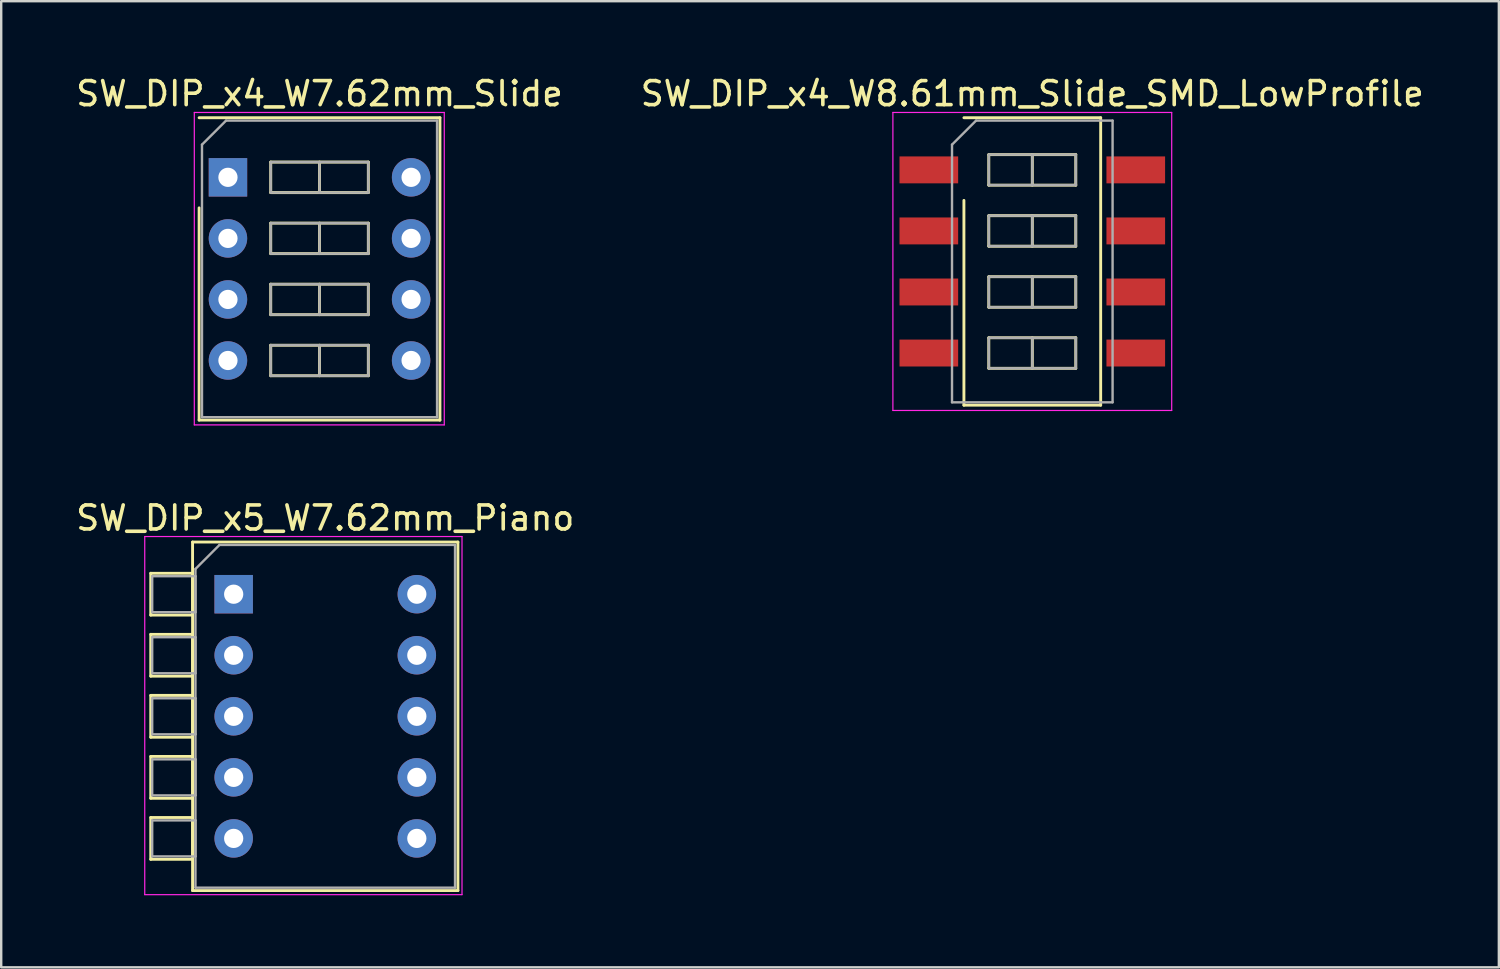
<source format=kicad_pcb>
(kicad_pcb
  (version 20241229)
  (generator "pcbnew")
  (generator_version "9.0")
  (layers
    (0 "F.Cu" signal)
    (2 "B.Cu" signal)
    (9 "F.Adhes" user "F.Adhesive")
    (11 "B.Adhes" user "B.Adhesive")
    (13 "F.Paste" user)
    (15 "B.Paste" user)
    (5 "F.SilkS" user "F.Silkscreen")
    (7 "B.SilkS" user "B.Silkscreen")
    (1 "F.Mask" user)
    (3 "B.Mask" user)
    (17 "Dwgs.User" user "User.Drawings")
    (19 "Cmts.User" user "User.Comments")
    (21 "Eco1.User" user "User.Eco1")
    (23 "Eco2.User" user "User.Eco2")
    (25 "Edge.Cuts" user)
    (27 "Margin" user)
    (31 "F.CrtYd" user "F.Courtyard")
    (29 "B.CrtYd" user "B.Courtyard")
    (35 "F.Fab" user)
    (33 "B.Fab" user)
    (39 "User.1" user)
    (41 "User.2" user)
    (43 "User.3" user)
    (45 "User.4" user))
  (footprint "SW_DIP_x4_W7.62mm_Slide"
    (layer "F.Cu")
    (at 6.434 4.328)
    (property "Reference" "SW_DIP_x4_W7.62mm_Slide" (at 3.81 -3.48 0) (layer "F.SilkS") (effects (font (size 1 1) (thickness 0.15))))
    (attr through_hole)
    (fp_line (start -1.2 -2.48) (end 8.82 -2.48) (stroke (width 0.12) (type solid)) (layer "F.SilkS"))
    (fp_line (start -1.2 10.1) (end -1.2 1.27) (stroke (width 0.12) (type solid)) (layer "F.SilkS"))
    (fp_line (start 1.78 -0.635) (end 1.78 0.635) (stroke (width 0.12) (type solid)) (layer "F.SilkS"))
    (fp_line (start 1.78 0.635) (end 5.84 0.635) (stroke (width 0.12) (type solid)) (layer "F.SilkS"))
    (fp_line (start 1.78 1.905) (end 1.78 3.175) (stroke (width 0.12) (type solid)) (layer "F.SilkS"))
    (fp_line (start 1.78 3.175) (end 5.84 3.175) (stroke (width 0.12) (type solid)) (layer "F.SilkS"))
    (fp_line (start 1.78 4.445) (end 1.78 5.715) (stroke (width 0.12) (type solid)) (layer "F.SilkS"))
    (fp_line (start 1.78 5.715) (end 5.84 5.715) (stroke (width 0.12) (type solid)) (layer "F.SilkS"))
    (fp_line (start 1.78 6.985) (end 1.78 8.255) (stroke (width 0.12) (type solid)) (layer "F.SilkS"))
    (fp_line (start 1.78 8.255) (end 5.84 8.255) (stroke (width 0.12) (type solid)) (layer "F.SilkS"))
    (fp_line (start 3.81 -0.635) (end 3.81 0.635) (stroke (width 0.12) (type solid)) (layer "F.SilkS"))
    (fp_line (start 3.81 1.905) (end 3.81 3.175) (stroke (width 0.12) (type solid)) (layer "F.SilkS"))
    (fp_line (start 3.81 4.445) (end 3.81 5.715) (stroke (width 0.12) (type solid)) (layer "F.SilkS"))
    (fp_line (start 3.81 6.985) (end 3.81 8.255) (stroke (width 0.12) (type solid)) (layer "F.SilkS"))
    (fp_line (start 5.84 -0.635) (end 1.78 -0.635) (stroke (width 0.12) (type solid)) (layer "F.SilkS"))
    (fp_line (start 5.84 0.635) (end 5.84 -0.635) (stroke (width 0.12) (type solid)) (layer "F.SilkS"))
    (fp_line (start 5.84 1.905) (end 1.78 1.905) (stroke (width 0.12) (type solid)) (layer "F.SilkS"))
    (fp_line (start 5.84 3.175) (end 5.84 1.905) (stroke (width 0.12) (type solid)) (layer "F.SilkS"))
    (fp_line (start 5.84 4.445) (end 1.78 4.445) (stroke (width 0.12) (type solid)) (layer "F.SilkS"))
    (fp_line (start 5.84 5.715) (end 5.84 4.445) (stroke (width 0.12) (type solid)) (layer "F.SilkS"))
    (fp_line (start 5.84 6.985) (end 1.78 6.985) (stroke (width 0.12) (type solid)) (layer "F.SilkS"))
    (fp_line (start 5.84 8.255) (end 5.84 6.985) (stroke (width 0.12) (type solid)) (layer "F.SilkS"))
    (fp_line (start 8.82 -2.48) (end 8.82 10.1) (stroke (width 0.12) (type solid)) (layer "F.SilkS"))
    (fp_line (start 8.82 10.1) (end -1.2 10.1) (stroke (width 0.12) (type solid)) (layer "F.SilkS"))
    (fp_line (start -1.4 -2.7) (end -1.4 10.3) (stroke (width 0.05) (type solid)) (layer "F.CrtYd"))
    (fp_line (start -1.4 10.3) (end 9 10.3) (stroke (width 0.05) (type solid)) (layer "F.CrtYd"))
    (fp_line (start 9 -2.7) (end -1.4 -2.7) (stroke (width 0.05) (type solid)) (layer "F.CrtYd"))
    (fp_line (start 9 10.3) (end 9 -2.7) (stroke (width 0.05) (type solid)) (layer "F.CrtYd"))
    (fp_line (start -1.08 -1.36) (end -0.08 -2.36) (stroke (width 0.1) (type solid)) (layer "F.Fab"))
    (fp_line (start -1.08 9.98) (end -1.08 -1.36) (stroke (width 0.1) (type solid)) (layer "F.Fab"))
    (fp_line (start -0.08 -2.36) (end 8.7 -2.36) (stroke (width 0.1) (type solid)) (layer "F.Fab"))
    (fp_line (start 1.78 -0.635) (end 1.78 0.635) (stroke (width 0.1) (type solid)) (layer "F.Fab"))
    (fp_line (start 1.78 0.635) (end 5.84 0.635) (stroke (width 0.1) (type solid)) (layer "F.Fab"))
    (fp_line (start 1.78 1.905) (end 1.78 3.175) (stroke (width 0.1) (type solid)) (layer "F.Fab"))
    (fp_line (start 1.78 3.175) (end 5.84 3.175) (stroke (width 0.1) (type solid)) (layer "F.Fab"))
    (fp_line (start 1.78 4.445) (end 1.78 5.715) (stroke (width 0.1) (type solid)) (layer "F.Fab"))
    (fp_line (start 1.78 5.715) (end 5.84 5.715) (stroke (width 0.1) (type solid)) (layer "F.Fab"))
    (fp_line (start 1.78 6.985) (end 1.78 8.255) (stroke (width 0.1) (type solid)) (layer "F.Fab"))
    (fp_line (start 1.78 8.255) (end 5.84 8.255) (stroke (width 0.1) (type solid)) (layer "F.Fab"))
    (fp_line (start 3.81 -0.635) (end 3.81 0.635) (stroke (width 0.1) (type solid)) (layer "F.Fab"))
    (fp_line (start 3.81 1.905) (end 3.81 3.175) (stroke (width 0.1) (type solid)) (layer "F.Fab"))
    (fp_line (start 3.81 4.445) (end 3.81 5.715) (stroke (width 0.1) (type solid)) (layer "F.Fab"))
    (fp_line (start 3.81 6.985) (end 3.81 8.255) (stroke (width 0.1) (type solid)) (layer "F.Fab"))
    (fp_line (start 5.84 -0.635) (end 1.78 -0.635) (stroke (width 0.1) (type solid)) (layer "F.Fab"))
    (fp_line (start 5.84 0.635) (end 5.84 -0.635) (stroke (width 0.1) (type solid)) (layer "F.Fab"))
    (fp_line (start 5.84 1.905) (end 1.78 1.905) (stroke (width 0.1) (type solid)) (layer "F.Fab"))
    (fp_line (start 5.84 3.175) (end 5.84 1.905) (stroke (width 0.1) (type solid)) (layer "F.Fab"))
    (fp_line (start 5.84 4.445) (end 1.78 4.445) (stroke (width 0.1) (type solid)) (layer "F.Fab"))
    (fp_line (start 5.84 5.715) (end 5.84 4.445) (stroke (width 0.1) (type solid)) (layer "F.Fab"))
    (fp_line (start 5.84 6.985) (end 1.78 6.985) (stroke (width 0.1) (type solid)) (layer "F.Fab"))
    (fp_line (start 5.84 8.255) (end 5.84 6.985) (stroke (width 0.1) (type solid)) (layer "F.Fab"))
    (fp_line (start 8.7 -2.36) (end 8.7 9.98) (stroke (width 0.1) (type solid)) (layer "F.Fab"))
    (fp_line (start 8.7 9.98) (end -1.08 9.98) (stroke (width 0.1) (type solid)) (layer "F.Fab"))
    (pad "1" thru_hole rect (at 0 0) (size 1.6 1.6) (drill 0.8) (layers "*.Cu" "*.Mask"))
    (pad "2" thru_hole oval (at 0 2.54) (size 1.6 1.6) (drill 0.8) (layers "*.Cu" "*.Mask"))
    (pad "3" thru_hole oval (at 0 5.08) (size 1.6 1.6) (drill 0.8) (layers "*.Cu" "*.Mask"))
    (pad "4" thru_hole oval (at 0 7.62) (size 1.6 1.6) (drill 0.8) (layers "*.Cu" "*.Mask"))
    (pad "5" thru_hole oval (at 7.62 7.62) (size 1.6 1.6) (drill 0.8) (layers "*.Cu" "*.Mask"))
    (pad "6" thru_hole oval (at 7.62 5.08) (size 1.6 1.6) (drill 0.8) (layers "*.Cu" "*.Mask"))
    (pad "7" thru_hole oval (at 7.62 2.54) (size 1.6 1.6) (drill 0.8) (layers "*.Cu" "*.Mask"))
    (pad "8" thru_hole oval (at 7.62 0) (size 1.6 1.6) (drill 0.8) (layers "*.Cu" "*.Mask")))
  (footprint "SW_DIP_x4_W8.61mm_Slide_SMD_LowProfile"
    (layer "F.Cu")
    (at 39.899 7.828)
    (property "Reference" "SW_DIP_x4_W8.61mm_Slide_SMD_LowProfile" (at 0 -6.98 0) (layer "F.SilkS") (effects (font (size 1 1) (thickness 0.15))))
    (attr smd)
    (fp_line (start -2.845 -5.98) (end 2.845 -5.98) (stroke (width 0.12) (type solid)) (layer "F.SilkS"))
    (fp_line (start -2.845 5.98) (end -2.845 -2.54) (stroke (width 0.12) (type solid)) (layer "F.SilkS"))
    (fp_line (start -1.81 -4.445) (end -1.81 -3.175) (stroke (width 0.12) (type solid)) (layer "F.SilkS"))
    (fp_line (start -1.81 -3.175) (end 1.81 -3.175) (stroke (width 0.12) (type solid)) (layer "F.SilkS"))
    (fp_line (start -1.81 -1.905) (end -1.81 -0.635) (stroke (width 0.12) (type solid)) (layer "F.SilkS"))
    (fp_line (start -1.81 -0.635) (end 1.81 -0.635) (stroke (width 0.12) (type solid)) (layer "F.SilkS"))
    (fp_line (start -1.81 0.635) (end -1.81 1.905) (stroke (width 0.12) (type solid)) (layer "F.SilkS"))
    (fp_line (start -1.81 1.905) (end 1.81 1.905) (stroke (width 0.12) (type solid)) (layer "F.SilkS"))
    (fp_line (start -1.81 3.175) (end -1.81 4.445) (stroke (width 0.12) (type solid)) (layer "F.SilkS"))
    (fp_line (start -1.81 4.445) (end 1.81 4.445) (stroke (width 0.12) (type solid)) (layer "F.SilkS"))
    (fp_line (start 0 -4.445) (end 0 -3.175) (stroke (width 0.12) (type solid)) (layer "F.SilkS"))
    (fp_line (start 0 -1.905) (end 0 -0.635) (stroke (width 0.12) (type solid)) (layer "F.SilkS"))
    (fp_line (start 0 0.635) (end 0 1.905) (stroke (width 0.12) (type solid)) (layer "F.SilkS"))
    (fp_line (start 0 3.175) (end 0 4.445) (stroke (width 0.12) (type solid)) (layer "F.SilkS"))
    (fp_line (start 1.81 -4.445) (end -1.81 -4.445) (stroke (width 0.12) (type solid)) (layer "F.SilkS"))
    (fp_line (start 1.81 -3.175) (end 1.81 -4.445) (stroke (width 0.12) (type solid)) (layer "F.SilkS"))
    (fp_line (start 1.81 -1.905) (end -1.81 -1.905) (stroke (width 0.12) (type solid)) (layer "F.SilkS"))
    (fp_line (start 1.81 -0.635) (end 1.81 -1.905) (stroke (width 0.12) (type solid)) (layer "F.SilkS"))
    (fp_line (start 1.81 0.635) (end -1.81 0.635) (stroke (width 0.12) (type solid)) (layer "F.SilkS"))
    (fp_line (start 1.81 1.905) (end 1.81 0.635) (stroke (width 0.12) (type solid)) (layer "F.SilkS"))
    (fp_line (start 1.81 3.175) (end -1.81 3.175) (stroke (width 0.12) (type solid)) (layer "F.SilkS"))
    (fp_line (start 1.81 4.445) (end 1.81 3.175) (stroke (width 0.12) (type solid)) (layer "F.SilkS"))
    (fp_line (start 2.845 -5.98) (end 2.845 5.98) (stroke (width 0.12) (type solid)) (layer "F.SilkS"))
    (fp_line (start 2.845 5.98) (end -2.845 5.98) (stroke (width 0.12) (type solid)) (layer "F.SilkS"))
    (fp_line (start -5.8 -6.2) (end -5.8 6.2) (stroke (width 0.05) (type solid)) (layer "F.CrtYd"))
    (fp_line (start -5.8 6.2) (end 5.8 6.2) (stroke (width 0.05) (type solid)) (layer "F.CrtYd"))
    (fp_line (start 5.8 -6.2) (end -5.8 -6.2) (stroke (width 0.05) (type solid)) (layer "F.CrtYd"))
    (fp_line (start 5.8 6.2) (end 5.8 -6.2) (stroke (width 0.05) (type solid)) (layer "F.CrtYd"))
    (fp_line (start -3.34 -4.86) (end -2.34 -5.86) (stroke (width 0.1) (type solid)) (layer "F.Fab"))
    (fp_line (start -3.34 5.86) (end -3.34 -4.86) (stroke (width 0.1) (type solid)) (layer "F.Fab"))
    (fp_line (start -2.34 -5.86) (end 3.34 -5.86) (stroke (width 0.1) (type solid)) (layer "F.Fab"))
    (fp_line (start -1.81 -4.445) (end -1.81 -3.175) (stroke (width 0.1) (type solid)) (layer "F.Fab"))
    (fp_line (start -1.81 -3.175) (end 1.81 -3.175) (stroke (width 0.1) (type solid)) (layer "F.Fab"))
    (fp_line (start -1.81 -1.905) (end -1.81 -0.635) (stroke (width 0.1) (type solid)) (layer "F.Fab"))
    (fp_line (start -1.81 -0.635) (end 1.81 -0.635) (stroke (width 0.1) (type solid)) (layer "F.Fab"))
    (fp_line (start -1.81 0.635) (end -1.81 1.905) (stroke (width 0.1) (type solid)) (layer "F.Fab"))
    (fp_line (start -1.81 1.905) (end 1.81 1.905) (stroke (width 0.1) (type solid)) (layer "F.Fab"))
    (fp_line (start -1.81 3.175) (end -1.81 4.445) (stroke (width 0.1) (type solid)) (layer "F.Fab"))
    (fp_line (start -1.81 4.445) (end 1.81 4.445) (stroke (width 0.1) (type solid)) (layer "F.Fab"))
    (fp_line (start 0 -4.445) (end 0 -3.175) (stroke (width 0.1) (type solid)) (layer "F.Fab"))
    (fp_line (start 0 -1.905) (end 0 -0.635) (stroke (width 0.1) (type solid)) (layer "F.Fab"))
    (fp_line (start 0 0.635) (end 0 1.905) (stroke (width 0.1) (type solid)) (layer "F.Fab"))
    (fp_line (start 0 3.175) (end 0 4.445) (stroke (width 0.1) (type solid)) (layer "F.Fab"))
    (fp_line (start 1.81 -4.445) (end -1.81 -4.445) (stroke (width 0.1) (type solid)) (layer "F.Fab"))
    (fp_line (start 1.81 -3.175) (end 1.81 -4.445) (stroke (width 0.1) (type solid)) (layer "F.Fab"))
    (fp_line (start 1.81 -1.905) (end -1.81 -1.905) (stroke (width 0.1) (type solid)) (layer "F.Fab"))
    (fp_line (start 1.81 -0.635) (end 1.81 -1.905) (stroke (width 0.1) (type solid)) (layer "F.Fab"))
    (fp_line (start 1.81 0.635) (end -1.81 0.635) (stroke (width 0.1) (type solid)) (layer "F.Fab"))
    (fp_line (start 1.81 1.905) (end 1.81 0.635) (stroke (width 0.1) (type solid)) (layer "F.Fab"))
    (fp_line (start 1.81 3.175) (end -1.81 3.175) (stroke (width 0.1) (type solid)) (layer "F.Fab"))
    (fp_line (start 1.81 4.445) (end 1.81 3.175) (stroke (width 0.1) (type solid)) (layer "F.Fab"))
    (fp_line (start 3.34 -5.86) (end 3.34 5.86) (stroke (width 0.1) (type solid)) (layer "F.Fab"))
    (fp_line (start 3.34 5.86) (end -3.34 5.86) (stroke (width 0.1) (type solid)) (layer "F.Fab"))
    (pad "1" smd rect (at -4.305 -3.81) (size 2.44 1.12) (layers "F.Cu" "F.Mask"))
    (pad "2" smd rect (at -4.305 -1.27) (size 2.44 1.12) (layers "F.Cu" "F.Mask"))
    (pad "3" smd rect (at -4.305 1.27) (size 2.44 1.12) (layers "F.Cu" "F.Mask"))
    (pad "4" smd rect (at -4.305 3.81) (size 2.44 1.12) (layers "F.Cu" "F.Mask"))
    (pad "5" smd rect (at 4.305 3.81) (size 2.44 1.12) (layers "F.Cu" "F.Mask"))
    (pad "6" smd rect (at 4.305 1.27) (size 2.44 1.12) (layers "F.Cu" "F.Mask"))
    (pad "7" smd rect (at 4.305 -1.27) (size 2.44 1.12) (layers "F.Cu" "F.Mask"))
    (pad "8" smd rect (at 4.305 -3.81) (size 2.44 1.12) (layers "F.Cu" "F.Mask")))
  (footprint "SW_DIP_x5_W7.62mm_Piano"
    (layer "F.Cu")
    (at 6.672 21.672)
    (property "Reference" "SW_DIP_x5_W7.62mm_Piano" (at 3.81 -3.17 0) (layer "F.SilkS") (effects (font (size 1 1) (thickness 0.15))))
    (attr through_hole)
    (fp_line (start -3.45 -0.87) (end -3.45 0.87) (stroke (width 0.12) (type solid)) (layer "F.SilkS"))
    (fp_line (start -3.45 0.87) (end -1.71 0.87) (stroke (width 0.12) (type solid)) (layer "F.SilkS"))
    (fp_line (start -3.45 1.67) (end -3.45 3.41) (stroke (width 0.12) (type solid)) (layer "F.SilkS"))
    (fp_line (start -3.45 3.41) (end -1.71 3.41) (stroke (width 0.12) (type solid)) (layer "F.SilkS"))
    (fp_line (start -3.45 4.21) (end -3.45 5.95) (stroke (width 0.12) (type solid)) (layer "F.SilkS"))
    (fp_line (start -3.45 5.95) (end -1.71 5.95) (stroke (width 0.12) (type solid)) (layer "F.SilkS"))
    (fp_line (start -3.45 6.75) (end -3.45 8.49) (stroke (width 0.12) (type solid)) (layer "F.SilkS"))
    (fp_line (start -3.45 8.49) (end -1.71 8.49) (stroke (width 0.12) (type solid)) (layer "F.SilkS"))
    (fp_line (start -3.45 9.29) (end -3.45 11.03) (stroke (width 0.12) (type solid)) (layer "F.SilkS"))
    (fp_line (start -3.45 11.03) (end -1.71 11.03) (stroke (width 0.12) (type solid)) (layer "F.SilkS"))
    (fp_line (start -1.71 -2.17) (end 9.33 -2.17) (stroke (width 0.12) (type solid)) (layer "F.SilkS"))
    (fp_line (start -1.71 -0.87) (end -3.45 -0.87) (stroke (width 0.12) (type solid)) (layer "F.SilkS"))
    (fp_line (start -1.71 0.87) (end -1.71 -0.87) (stroke (width 0.12) (type solid)) (layer "F.SilkS"))
    (fp_line (start -1.71 1.67) (end -3.45 1.67) (stroke (width 0.12) (type solid)) (layer "F.SilkS"))
    (fp_line (start -1.71 3.41) (end -1.71 1.67) (stroke (width 0.12) (type solid)) (layer "F.SilkS"))
    (fp_line (start -1.71 4.21) (end -3.45 4.21) (stroke (width 0.12) (type solid)) (layer "F.SilkS"))
    (fp_line (start -1.71 5.95) (end -1.71 4.21) (stroke (width 0.12) (type solid)) (layer "F.SilkS"))
    (fp_line (start -1.71 6.75) (end -3.45 6.75) (stroke (width 0.12) (type solid)) (layer "F.SilkS"))
    (fp_line (start -1.71 8.49) (end -1.71 6.75) (stroke (width 0.12) (type solid)) (layer "F.SilkS"))
    (fp_line (start -1.71 9.29) (end -3.45 9.29) (stroke (width 0.12) (type solid)) (layer "F.SilkS"))
    (fp_line (start -1.71 11.03) (end -1.71 9.29) (stroke (width 0.12) (type solid)) (layer "F.SilkS"))
    (fp_line (start -1.71 12.33) (end -1.71 -2.17) (stroke (width 0.12) (type solid)) (layer "F.SilkS"))
    (fp_line (start 9.33 -2.17) (end 9.33 12.33) (stroke (width 0.12) (type solid)) (layer "F.SilkS"))
    (fp_line (start 9.33 12.33) (end -1.71 12.33) (stroke (width 0.12) (type solid)) (layer "F.SilkS"))
    (fp_line (start -3.7 -2.4) (end -3.7 12.5) (stroke (width 0.05) (type solid)) (layer "F.CrtYd"))
    (fp_line (start -3.7 12.5) (end 9.5 12.5) (stroke (width 0.05) (type solid)) (layer "F.CrtYd"))
    (fp_line (start 9.5 -2.4) (end -3.7 -2.4) (stroke (width 0.05) (type solid)) (layer "F.CrtYd"))
    (fp_line (start 9.5 12.5) (end 9.5 -2.4) (stroke (width 0.05) (type solid)) (layer "F.CrtYd"))
    (fp_line (start -3.39 -0.75) (end -1.59 -0.75) (stroke (width 0.1) (type solid)) (layer "F.Fab"))
    (fp_line (start -3.39 0.75) (end -3.39 -0.75) (stroke (width 0.1) (type solid)) (layer "F.Fab"))
    (fp_line (start -3.39 1.79) (end -1.59 1.79) (stroke (width 0.1) (type solid)) (layer "F.Fab"))
    (fp_line (start -3.39 3.29) (end -3.39 1.79) (stroke (width 0.1) (type solid)) (layer "F.Fab"))
    (fp_line (start -3.39 4.33) (end -1.59 4.33) (stroke (width 0.1) (type solid)) (layer "F.Fab"))
    (fp_line (start -3.39 5.83) (end -3.39 4.33) (stroke (width 0.1) (type solid)) (layer "F.Fab"))
    (fp_line (start -3.39 6.87) (end -1.59 6.87) (stroke (width 0.1) (type solid)) (layer "F.Fab"))
    (fp_line (start -3.39 8.37) (end -3.39 6.87) (stroke (width 0.1) (type solid)) (layer "F.Fab"))
    (fp_line (start -3.39 9.41) (end -1.59 9.41) (stroke (width 0.1) (type solid)) (layer "F.Fab"))
    (fp_line (start -3.39 10.91) (end -3.39 9.41) (stroke (width 0.1) (type solid)) (layer "F.Fab"))
    (fp_line (start -1.59 -1.05) (end -0.59 -2.05) (stroke (width 0.1) (type solid)) (layer "F.Fab"))
    (fp_line (start -1.59 -0.75) (end -1.59 0.75) (stroke (width 0.1) (type solid)) (layer "F.Fab"))
    (fp_line (start -1.59 0.75) (end -3.39 0.75) (stroke (width 0.1) (type solid)) (layer "F.Fab"))
    (fp_line (start -1.59 1.79) (end -1.59 3.29) (stroke (width 0.1) (type solid)) (layer "F.Fab"))
    (fp_line (start -1.59 3.29) (end -3.39 3.29) (stroke (width 0.1) (type solid)) (layer "F.Fab"))
    (fp_line (start -1.59 4.33) (end -1.59 5.83) (stroke (width 0.1) (type solid)) (layer "F.Fab"))
    (fp_line (start -1.59 5.83) (end -3.39 5.83) (stroke (width 0.1) (type solid)) (layer "F.Fab"))
    (fp_line (start -1.59 6.87) (end -1.59 8.37) (stroke (width 0.1) (type solid)) (layer "F.Fab"))
    (fp_line (start -1.59 8.37) (end -3.39 8.37) (stroke (width 0.1) (type solid)) (layer "F.Fab"))
    (fp_line (start -1.59 9.41) (end -1.59 10.91) (stroke (width 0.1) (type solid)) (layer "F.Fab"))
    (fp_line (start -1.59 10.91) (end -3.39 10.91) (stroke (width 0.1) (type solid)) (layer "F.Fab"))
    (fp_line (start -1.59 12.21) (end -1.59 -1.05) (stroke (width 0.1) (type solid)) (layer "F.Fab"))
    (fp_line (start -0.59 -2.05) (end 9.21 -2.05) (stroke (width 0.1) (type solid)) (layer "F.Fab"))
    (fp_line (start 9.21 -2.05) (end 9.21 12.21) (stroke (width 0.1) (type solid)) (layer "F.Fab"))
    (fp_line (start 9.21 12.21) (end -1.59 12.21) (stroke (width 0.1) (type solid)) (layer "F.Fab"))
    (pad "1" thru_hole rect (at 0 0) (size 1.6 1.6) (drill 0.8) (layers "*.Cu" "*.Mask"))
    (pad "2" thru_hole oval (at 0 2.54) (size 1.6 1.6) (drill 0.8) (layers "*.Cu" "*.Mask"))
    (pad "3" thru_hole oval (at 0 5.08) (size 1.6 1.6) (drill 0.8) (layers "*.Cu" "*.Mask"))
    (pad "4" thru_hole oval (at 0 7.62) (size 1.6 1.6) (drill 0.8) (layers "*.Cu" "*.Mask"))
    (pad "5" thru_hole oval (at 0 10.16) (size 1.6 1.6) (drill 0.8) (layers "*.Cu" "*.Mask"))
    (pad "6" thru_hole oval (at 7.62 10.16) (size 1.6 1.6) (drill 0.8) (layers "*.Cu" "*.Mask"))
    (pad "7" thru_hole oval (at 7.62 7.62) (size 1.6 1.6) (drill 0.8) (layers "*.Cu" "*.Mask"))
    (pad "8" thru_hole oval (at 7.62 5.08) (size 1.6 1.6) (drill 0.8) (layers "*.Cu" "*.Mask"))
    (pad "9" thru_hole oval (at 7.62 2.54) (size 1.6 1.6) (drill 0.8) (layers "*.Cu" "*.Mask"))
    (pad "10" thru_hole oval (at 7.62 0) (size 1.6 1.6) (drill 0.8) (layers "*.Cu" "*.Mask")))
  (gr_rect
    (start -3 -3)
    (end 59.31 37.197)
    (stroke (width 0.1) (type default))
    (fill no)
    (layer "Edge.Cuts")))
</source>
